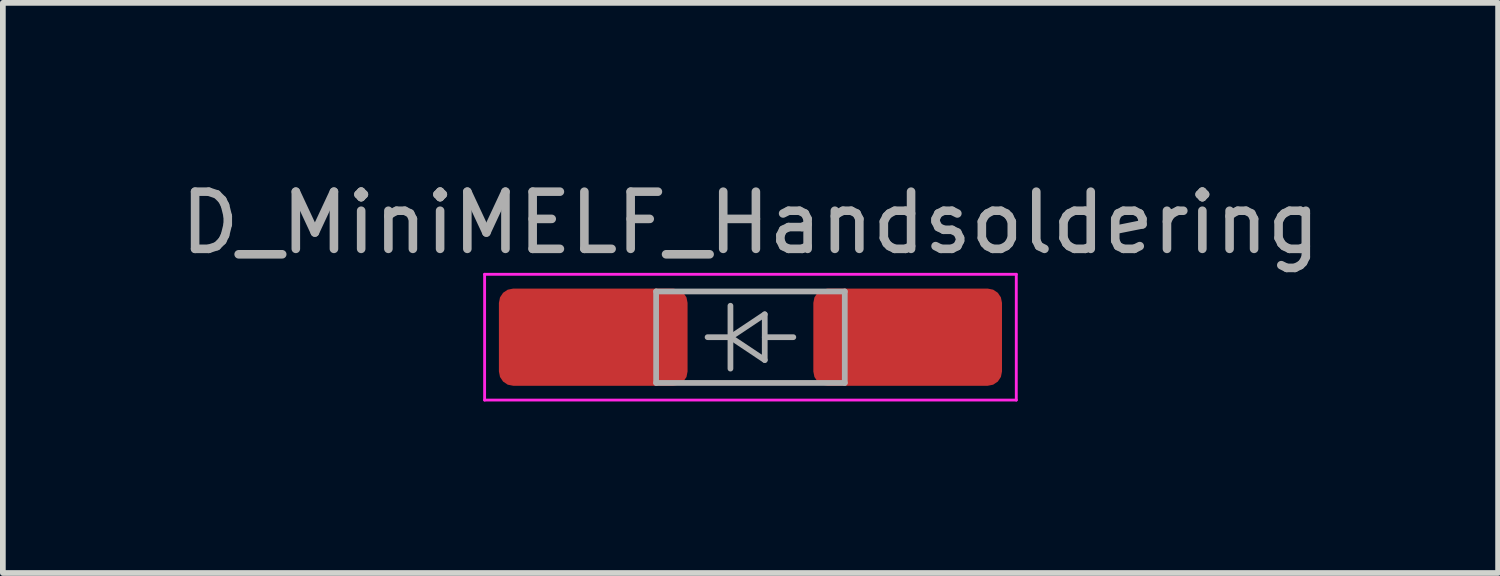
<source format=kicad_pcb>
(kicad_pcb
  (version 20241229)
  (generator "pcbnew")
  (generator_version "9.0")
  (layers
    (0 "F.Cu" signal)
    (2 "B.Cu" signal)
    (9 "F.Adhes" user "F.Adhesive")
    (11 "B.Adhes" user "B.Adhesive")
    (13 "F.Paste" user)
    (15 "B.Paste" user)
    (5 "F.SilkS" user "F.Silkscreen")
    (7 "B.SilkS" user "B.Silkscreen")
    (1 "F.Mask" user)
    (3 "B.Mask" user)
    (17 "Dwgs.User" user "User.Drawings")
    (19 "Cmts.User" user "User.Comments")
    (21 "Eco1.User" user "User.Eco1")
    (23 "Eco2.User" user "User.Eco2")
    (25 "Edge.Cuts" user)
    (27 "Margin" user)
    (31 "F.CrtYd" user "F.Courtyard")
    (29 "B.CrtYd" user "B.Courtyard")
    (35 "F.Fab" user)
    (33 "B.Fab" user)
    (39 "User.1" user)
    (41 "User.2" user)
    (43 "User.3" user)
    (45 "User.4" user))
  (footprint "D_MiniMELF_Handsoldering"
    (layer "F.Cu")
    (at 10.077 2.848)
    (property "Reference" "D_MiniMELF_Handsoldering" (at 0 -2 0) (layer "User.2") (effects (font (size 1 1) (thickness 0.15))))
    (attr smd)
    (fp_line (start -4.65 -1.1) (end 4.65 -1.1) (stroke (width 0.05) (type solid)) (layer "F.CrtYd"))
    (fp_line (start -4.65 1.1) (end -4.65 -1.1) (stroke (width 0.05) (type solid)) (layer "F.CrtYd"))
    (fp_line (start 4.65 -1.1) (end 4.65 1.1) (stroke (width 0.05) (type solid)) (layer "F.CrtYd"))
    (fp_line (start 4.65 1.1) (end -4.65 1.1) (stroke (width 0.05) (type solid)) (layer "F.CrtYd"))
    (fp_line (start -1.65 -0.8) (end 1.65 -0.8) (stroke (width 0.1) (type solid)) (layer "F.Fab"))
    (fp_line (start -1.65 0.8) (end -1.65 -0.8) (stroke (width 0.1) (type solid)) (layer "F.Fab"))
    (fp_line (start -0.75 0) (end -0.35 0) (stroke (width 0.1) (type solid)) (layer "F.Fab"))
    (fp_line (start -0.35 0) (end -0.35 -0.55) (stroke (width 0.1) (type solid)) (layer "F.Fab"))
    (fp_line (start -0.35 0) (end -0.35 0.55) (stroke (width 0.1) (type solid)) (layer "F.Fab"))
    (fp_line (start -0.35 0) (end 0.25 -0.4) (stroke (width 0.1) (type solid)) (layer "F.Fab"))
    (fp_line (start 0.25 -0.4) (end 0.25 0.4) (stroke (width 0.1) (type solid)) (layer "F.Fab"))
    (fp_line (start 0.25 0) (end 0.75 0) (stroke (width 0.1) (type solid)) (layer "F.Fab"))
    (fp_line (start 0.25 0.4) (end -0.35 0) (stroke (width 0.1) (type solid)) (layer "F.Fab"))
    (fp_line (start 1.65 -0.8) (end 1.65 0.8) (stroke (width 0.1) (type solid)) (layer "F.Fab"))
    (fp_line (start 1.65 0.8) (end -1.65 0.8) (stroke (width 0.1) (type solid)) (layer "F.Fab"))
    (fp_text user "${REFERENCE}" (at 0 -2 0) (layer "F.Fab") (effects (font (size 1 1) (thickness 0.15))))
    (pad "1" smd roundrect (at -2.75 0) (size 3.3 1.7) (layers "F.Cu" "F.Mask" "F.Paste") (roundrect_rratio 0.147))
    (pad "2" smd roundrect (at 2.75 0) (size 3.3 1.7) (layers "F.Cu" "F.Mask" "F.Paste") (roundrect_rratio 0.147)))
  (gr_rect
    (start -3 -3)
    (end 23.155 6.973)
    (stroke (width 0.1) (type default))
    (fill no)
    (layer "Edge.Cuts")))
</source>
